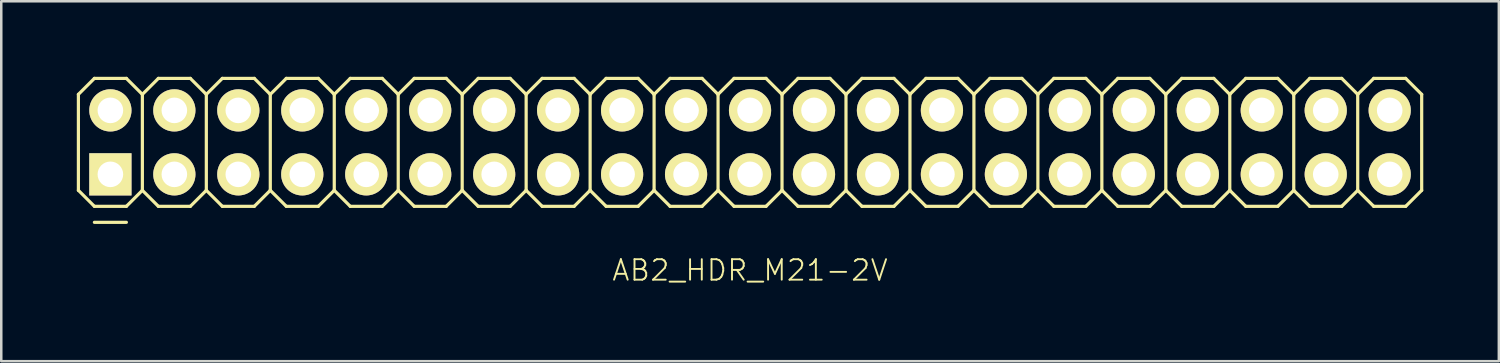
<source format=kicad_pcb>
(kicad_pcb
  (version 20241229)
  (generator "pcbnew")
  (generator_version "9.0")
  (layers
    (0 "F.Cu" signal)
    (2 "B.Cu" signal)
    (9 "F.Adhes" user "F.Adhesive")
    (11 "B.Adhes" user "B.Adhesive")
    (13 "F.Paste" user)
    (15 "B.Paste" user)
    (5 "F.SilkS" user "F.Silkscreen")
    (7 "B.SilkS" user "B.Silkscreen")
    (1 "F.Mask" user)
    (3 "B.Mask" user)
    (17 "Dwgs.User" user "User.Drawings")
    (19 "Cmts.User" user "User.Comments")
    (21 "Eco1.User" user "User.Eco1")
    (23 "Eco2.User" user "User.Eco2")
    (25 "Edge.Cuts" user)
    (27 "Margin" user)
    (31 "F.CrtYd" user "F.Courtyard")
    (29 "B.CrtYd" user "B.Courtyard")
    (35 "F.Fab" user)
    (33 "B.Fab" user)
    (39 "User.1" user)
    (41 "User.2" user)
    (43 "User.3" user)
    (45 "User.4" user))
  (footprint "AB2_HDR_M21-2V"
    (layer "F.Cu")
    (at 26.733 2.603)
    (property "Reference" "AB2_HDR_M21-2V" (at 0 5.08 0) (layer "F.SilkS") (effects (font (size 0.813 0.813) (thickness 0.076))))
    (attr through_hole)
    (fp_line (start -26.67 -1.905) (end -26.035 -2.54) (stroke (width 0.127) (type solid)) (layer "F.SilkS"))
    (fp_line (start -26.67 1.905) (end -26.67 -1.905) (stroke (width 0.127) (type solid)) (layer "F.SilkS"))
    (fp_line (start -26.035 -2.54) (end -24.765 -2.54) (stroke (width 0.127) (type solid)) (layer "F.SilkS"))
    (fp_line (start -26.035 2.54) (end -26.67 1.905) (stroke (width 0.127) (type solid)) (layer "F.SilkS"))
    (fp_line (start -26.035 3.175) (end -24.765 3.175) (stroke (width 0.127) (type solid)) (layer "F.SilkS"))
    (fp_line (start -24.765 -2.54) (end -24.13 -1.905) (stroke (width 0.127) (type solid)) (layer "F.SilkS"))
    (fp_line (start -24.765 2.54) (end -26.035 2.54) (stroke (width 0.127) (type solid)) (layer "F.SilkS"))
    (fp_line (start -24.13 -1.905) (end -24.13 1.905) (stroke (width 0.127) (type solid)) (layer "F.SilkS"))
    (fp_line (start -24.13 -1.905) (end -23.495 -2.54) (stroke (width 0.127) (type solid)) (layer "F.SilkS"))
    (fp_line (start -24.13 1.905) (end -24.765 2.54) (stroke (width 0.127) (type solid)) (layer "F.SilkS"))
    (fp_line (start -23.495 -2.54) (end -22.225 -2.54) (stroke (width 0.127) (type solid)) (layer "F.SilkS"))
    (fp_line (start -23.495 2.54) (end -24.13 1.905) (stroke (width 0.127) (type solid)) (layer "F.SilkS"))
    (fp_line (start -22.225 -2.54) (end -21.59 -1.905) (stroke (width 0.127) (type solid)) (layer "F.SilkS"))
    (fp_line (start -22.225 2.54) (end -23.495 2.54) (stroke (width 0.127) (type solid)) (layer "F.SilkS"))
    (fp_line (start -21.59 -1.905) (end -21.59 1.905) (stroke (width 0.127) (type solid)) (layer "F.SilkS"))
    (fp_line (start -21.59 -1.905) (end -20.955 -2.54) (stroke (width 0.127) (type solid)) (layer "F.SilkS"))
    (fp_line (start -21.59 1.905) (end -22.225 2.54) (stroke (width 0.127) (type solid)) (layer "F.SilkS"))
    (fp_line (start -20.955 -2.54) (end -19.685 -2.54) (stroke (width 0.127) (type solid)) (layer "F.SilkS"))
    (fp_line (start -20.955 2.54) (end -21.59 1.905) (stroke (width 0.127) (type solid)) (layer "F.SilkS"))
    (fp_line (start -19.685 -2.54) (end -19.05 -1.905) (stroke (width 0.127) (type solid)) (layer "F.SilkS"))
    (fp_line (start -19.685 2.54) (end -20.955 2.54) (stroke (width 0.127) (type solid)) (layer "F.SilkS"))
    (fp_line (start -19.05 -1.905) (end -19.05 1.905) (stroke (width 0.127) (type solid)) (layer "F.SilkS"))
    (fp_line (start -19.05 -1.905) (end -18.415 -2.54) (stroke (width 0.127) (type solid)) (layer "F.SilkS"))
    (fp_line (start -19.05 1.905) (end -19.685 2.54) (stroke (width 0.127) (type solid)) (layer "F.SilkS"))
    (fp_line (start -18.415 -2.54) (end -17.145 -2.54) (stroke (width 0.127) (type solid)) (layer "F.SilkS"))
    (fp_line (start -18.415 2.54) (end -19.05 1.905) (stroke (width 0.127) (type solid)) (layer "F.SilkS"))
    (fp_line (start -17.145 -2.54) (end -16.51 -1.905) (stroke (width 0.127) (type solid)) (layer "F.SilkS"))
    (fp_line (start -17.145 2.54) (end -18.415 2.54) (stroke (width 0.127) (type solid)) (layer "F.SilkS"))
    (fp_line (start -16.51 -1.905) (end -16.51 1.905) (stroke (width 0.127) (type solid)) (layer "F.SilkS"))
    (fp_line (start -16.51 -1.905) (end -15.875 -2.54) (stroke (width 0.127) (type solid)) (layer "F.SilkS"))
    (fp_line (start -16.51 1.905) (end -17.145 2.54) (stroke (width 0.127) (type solid)) (layer "F.SilkS"))
    (fp_line (start -15.875 -2.54) (end -14.605 -2.54) (stroke (width 0.127) (type solid)) (layer "F.SilkS"))
    (fp_line (start -15.875 2.54) (end -16.51 1.905) (stroke (width 0.127) (type solid)) (layer "F.SilkS"))
    (fp_line (start -14.605 -2.54) (end -13.97 -1.905) (stroke (width 0.127) (type solid)) (layer "F.SilkS"))
    (fp_line (start -14.605 2.54) (end -15.875 2.54) (stroke (width 0.127) (type solid)) (layer "F.SilkS"))
    (fp_line (start -13.97 -1.905) (end -13.97 1.905) (stroke (width 0.127) (type solid)) (layer "F.SilkS"))
    (fp_line (start -13.97 -1.905) (end -13.335 -2.54) (stroke (width 0.127) (type solid)) (layer "F.SilkS"))
    (fp_line (start -13.97 1.905) (end -14.605 2.54) (stroke (width 0.127) (type solid)) (layer "F.SilkS"))
    (fp_line (start -13.335 -2.54) (end -12.065 -2.54) (stroke (width 0.127) (type solid)) (layer "F.SilkS"))
    (fp_line (start -13.335 2.54) (end -13.97 1.905) (stroke (width 0.127) (type solid)) (layer "F.SilkS"))
    (fp_line (start -12.065 -2.54) (end -11.43 -1.905) (stroke (width 0.127) (type solid)) (layer "F.SilkS"))
    (fp_line (start -12.065 2.54) (end -13.335 2.54) (stroke (width 0.127) (type solid)) (layer "F.SilkS"))
    (fp_line (start -11.43 -1.905) (end -11.43 1.905) (stroke (width 0.127) (type solid)) (layer "F.SilkS"))
    (fp_line (start -11.43 -1.905) (end -10.795 -2.54) (stroke (width 0.127) (type solid)) (layer "F.SilkS"))
    (fp_line (start -11.43 1.905) (end -12.065 2.54) (stroke (width 0.127) (type solid)) (layer "F.SilkS"))
    (fp_line (start -10.795 -2.54) (end -9.525 -2.54) (stroke (width 0.127) (type solid)) (layer "F.SilkS"))
    (fp_line (start -10.795 2.54) (end -11.43 1.905) (stroke (width 0.127) (type solid)) (layer "F.SilkS"))
    (fp_line (start -9.525 -2.54) (end -8.89 -1.905) (stroke (width 0.127) (type solid)) (layer "F.SilkS"))
    (fp_line (start -9.525 2.54) (end -10.795 2.54) (stroke (width 0.127) (type solid)) (layer "F.SilkS"))
    (fp_line (start -8.89 -1.905) (end -8.89 1.905) (stroke (width 0.127) (type solid)) (layer "F.SilkS"))
    (fp_line (start -8.89 -1.905) (end -8.255 -2.54) (stroke (width 0.127) (type solid)) (layer "F.SilkS"))
    (fp_line (start -8.89 1.905) (end -9.525 2.54) (stroke (width 0.127) (type solid)) (layer "F.SilkS"))
    (fp_line (start -8.255 -2.54) (end -6.985 -2.54) (stroke (width 0.127) (type solid)) (layer "F.SilkS"))
    (fp_line (start -8.255 2.54) (end -8.89 1.905) (stroke (width 0.127) (type solid)) (layer "F.SilkS"))
    (fp_line (start -6.985 -2.54) (end -6.35 -1.905) (stroke (width 0.127) (type solid)) (layer "F.SilkS"))
    (fp_line (start -6.985 2.54) (end -8.255 2.54) (stroke (width 0.127) (type solid)) (layer "F.SilkS"))
    (fp_line (start -6.35 -1.905) (end -6.35 1.905) (stroke (width 0.127) (type solid)) (layer "F.SilkS"))
    (fp_line (start -6.35 -1.905) (end -5.715 -2.54) (stroke (width 0.127) (type solid)) (layer "F.SilkS"))
    (fp_line (start -6.35 1.905) (end -6.985 2.54) (stroke (width 0.127) (type solid)) (layer "F.SilkS"))
    (fp_line (start -5.715 -2.54) (end -4.445 -2.54) (stroke (width 0.127) (type solid)) (layer "F.SilkS"))
    (fp_line (start -5.715 2.54) (end -6.35 1.905) (stroke (width 0.127) (type solid)) (layer "F.SilkS"))
    (fp_line (start -4.445 -2.54) (end -3.81 -1.905) (stroke (width 0.127) (type solid)) (layer "F.SilkS"))
    (fp_line (start -4.445 2.54) (end -5.715 2.54) (stroke (width 0.127) (type solid)) (layer "F.SilkS"))
    (fp_line (start -3.81 -1.905) (end -3.81 1.905) (stroke (width 0.127) (type solid)) (layer "F.SilkS"))
    (fp_line (start -3.81 -1.905) (end -3.175 -2.54) (stroke (width 0.127) (type solid)) (layer "F.SilkS"))
    (fp_line (start -3.81 1.905) (end -4.445 2.54) (stroke (width 0.127) (type solid)) (layer "F.SilkS"))
    (fp_line (start -3.175 -2.54) (end -1.905 -2.54) (stroke (width 0.127) (type solid)) (layer "F.SilkS"))
    (fp_line (start -3.175 2.54) (end -3.81 1.905) (stroke (width 0.127) (type solid)) (layer "F.SilkS"))
    (fp_line (start -1.905 -2.54) (end -1.27 -1.905) (stroke (width 0.127) (type solid)) (layer "F.SilkS"))
    (fp_line (start -1.905 2.54) (end -3.175 2.54) (stroke (width 0.127) (type solid)) (layer "F.SilkS"))
    (fp_line (start -1.27 -1.905) (end -1.27 1.905) (stroke (width 0.127) (type solid)) (layer "F.SilkS"))
    (fp_line (start -1.27 -1.905) (end -0.635 -2.54) (stroke (width 0.127) (type solid)) (layer "F.SilkS"))
    (fp_line (start -1.27 1.905) (end -1.905 2.54) (stroke (width 0.127) (type solid)) (layer "F.SilkS"))
    (fp_line (start -0.635 -2.54) (end 0.635 -2.54) (stroke (width 0.127) (type solid)) (layer "F.SilkS"))
    (fp_line (start -0.635 2.54) (end -1.27 1.905) (stroke (width 0.127) (type solid)) (layer "F.SilkS"))
    (fp_line (start 0.635 -2.54) (end 1.27 -1.905) (stroke (width 0.127) (type solid)) (layer "F.SilkS"))
    (fp_line (start 0.635 2.54) (end -0.635 2.54) (stroke (width 0.127) (type solid)) (layer "F.SilkS"))
    (fp_line (start 1.27 -1.905) (end 1.27 1.905) (stroke (width 0.127) (type solid)) (layer "F.SilkS"))
    (fp_line (start 1.27 -1.905) (end 1.905 -2.54) (stroke (width 0.127) (type solid)) (layer "F.SilkS"))
    (fp_line (start 1.27 1.905) (end 0.635 2.54) (stroke (width 0.127) (type solid)) (layer "F.SilkS"))
    (fp_line (start 1.905 -2.54) (end 3.175 -2.54) (stroke (width 0.127) (type solid)) (layer "F.SilkS"))
    (fp_line (start 1.905 2.54) (end 1.27 1.905) (stroke (width 0.127) (type solid)) (layer "F.SilkS"))
    (fp_line (start 3.175 -2.54) (end 3.81 -1.905) (stroke (width 0.127) (type solid)) (layer "F.SilkS"))
    (fp_line (start 3.175 2.54) (end 1.905 2.54) (stroke (width 0.127) (type solid)) (layer "F.SilkS"))
    (fp_line (start 3.81 -1.905) (end 3.81 1.905) (stroke (width 0.127) (type solid)) (layer "F.SilkS"))
    (fp_line (start 3.81 -1.905) (end 4.445 -2.54) (stroke (width 0.127) (type solid)) (layer "F.SilkS"))
    (fp_line (start 3.81 1.905) (end 3.175 2.54) (stroke (width 0.127) (type solid)) (layer "F.SilkS"))
    (fp_line (start 4.445 -2.54) (end 5.715 -2.54) (stroke (width 0.127) (type solid)) (layer "F.SilkS"))
    (fp_line (start 4.445 2.54) (end 3.81 1.905) (stroke (width 0.127) (type solid)) (layer "F.SilkS"))
    (fp_line (start 5.715 -2.54) (end 6.35 -1.905) (stroke (width 0.127) (type solid)) (layer "F.SilkS"))
    (fp_line (start 5.715 2.54) (end 4.445 2.54) (stroke (width 0.127) (type solid)) (layer "F.SilkS"))
    (fp_line (start 6.35 -1.905) (end 6.35 1.905) (stroke (width 0.127) (type solid)) (layer "F.SilkS"))
    (fp_line (start 6.35 -1.905) (end 6.985 -2.54) (stroke (width 0.127) (type solid)) (layer "F.SilkS"))
    (fp_line (start 6.35 1.905) (end 5.715 2.54) (stroke (width 0.127) (type solid)) (layer "F.SilkS"))
    (fp_line (start 6.985 -2.54) (end 8.255 -2.54) (stroke (width 0.127) (type solid)) (layer "F.SilkS"))
    (fp_line (start 6.985 2.54) (end 6.35 1.905) (stroke (width 0.127) (type solid)) (layer "F.SilkS"))
    (fp_line (start 8.255 -2.54) (end 8.89 -1.905) (stroke (width 0.127) (type solid)) (layer "F.SilkS"))
    (fp_line (start 8.255 2.54) (end 6.985 2.54) (stroke (width 0.127) (type solid)) (layer "F.SilkS"))
    (fp_line (start 8.89 -1.905) (end 8.89 1.905) (stroke (width 0.127) (type solid)) (layer "F.SilkS"))
    (fp_line (start 8.89 -1.905) (end 9.525 -2.54) (stroke (width 0.127) (type solid)) (layer "F.SilkS"))
    (fp_line (start 8.89 1.905) (end 8.255 2.54) (stroke (width 0.127) (type solid)) (layer "F.SilkS"))
    (fp_line (start 9.525 -2.54) (end 10.795 -2.54) (stroke (width 0.127) (type solid)) (layer "F.SilkS"))
    (fp_line (start 9.525 2.54) (end 8.89 1.905) (stroke (width 0.127) (type solid)) (layer "F.SilkS"))
    (fp_line (start 10.795 -2.54) (end 11.43 -1.905) (stroke (width 0.127) (type solid)) (layer "F.SilkS"))
    (fp_line (start 10.795 2.54) (end 9.525 2.54) (stroke (width 0.127) (type solid)) (layer "F.SilkS"))
    (fp_line (start 11.43 -1.905) (end 11.43 1.905) (stroke (width 0.127) (type solid)) (layer "F.SilkS"))
    (fp_line (start 11.43 -1.905) (end 12.065 -2.54) (stroke (width 0.127) (type solid)) (layer "F.SilkS"))
    (fp_line (start 11.43 1.905) (end 10.795 2.54) (stroke (width 0.127) (type solid)) (layer "F.SilkS"))
    (fp_line (start 12.065 -2.54) (end 13.335 -2.54) (stroke (width 0.127) (type solid)) (layer "F.SilkS"))
    (fp_line (start 12.065 2.54) (end 11.43 1.905) (stroke (width 0.127) (type solid)) (layer "F.SilkS"))
    (fp_line (start 13.335 -2.54) (end 13.97 -1.905) (stroke (width 0.127) (type solid)) (layer "F.SilkS"))
    (fp_line (start 13.335 2.54) (end 12.065 2.54) (stroke (width 0.127) (type solid)) (layer "F.SilkS"))
    (fp_line (start 13.97 -1.905) (end 13.97 1.905) (stroke (width 0.127) (type solid)) (layer "F.SilkS"))
    (fp_line (start 13.97 -1.905) (end 14.605 -2.54) (stroke (width 0.127) (type solid)) (layer "F.SilkS"))
    (fp_line (start 13.97 1.905) (end 13.335 2.54) (stroke (width 0.127) (type solid)) (layer "F.SilkS"))
    (fp_line (start 14.605 -2.54) (end 15.875 -2.54) (stroke (width 0.127) (type solid)) (layer "F.SilkS"))
    (fp_line (start 14.605 2.54) (end 13.97 1.905) (stroke (width 0.127) (type solid)) (layer "F.SilkS"))
    (fp_line (start 15.875 -2.54) (end 16.51 -1.905) (stroke (width 0.127) (type solid)) (layer "F.SilkS"))
    (fp_line (start 15.875 2.54) (end 14.605 2.54) (stroke (width 0.127) (type solid)) (layer "F.SilkS"))
    (fp_line (start 16.51 -1.905) (end 16.51 1.905) (stroke (width 0.127) (type solid)) (layer "F.SilkS"))
    (fp_line (start 16.51 -1.905) (end 17.145 -2.54) (stroke (width 0.127) (type solid)) (layer "F.SilkS"))
    (fp_line (start 16.51 1.905) (end 15.875 2.54) (stroke (width 0.127) (type solid)) (layer "F.SilkS"))
    (fp_line (start 17.145 -2.54) (end 18.415 -2.54) (stroke (width 0.127) (type solid)) (layer "F.SilkS"))
    (fp_line (start 17.145 2.54) (end 16.51 1.905) (stroke (width 0.127) (type solid)) (layer "F.SilkS"))
    (fp_line (start 18.415 -2.54) (end 19.05 -1.905) (stroke (width 0.127) (type solid)) (layer "F.SilkS"))
    (fp_line (start 18.415 2.54) (end 17.145 2.54) (stroke (width 0.127) (type solid)) (layer "F.SilkS"))
    (fp_line (start 19.05 -1.905) (end 19.05 1.905) (stroke (width 0.127) (type solid)) (layer "F.SilkS"))
    (fp_line (start 19.05 -1.905) (end 19.685 -2.54) (stroke (width 0.127) (type solid)) (layer "F.SilkS"))
    (fp_line (start 19.05 1.905) (end 18.415 2.54) (stroke (width 0.127) (type solid)) (layer "F.SilkS"))
    (fp_line (start 19.685 -2.54) (end 20.955 -2.54) (stroke (width 0.127) (type solid)) (layer "F.SilkS"))
    (fp_line (start 19.685 2.54) (end 19.05 1.905) (stroke (width 0.127) (type solid)) (layer "F.SilkS"))
    (fp_line (start 20.955 -2.54) (end 21.59 -1.905) (stroke (width 0.127) (type solid)) (layer "F.SilkS"))
    (fp_line (start 20.955 2.54) (end 19.685 2.54) (stroke (width 0.127) (type solid)) (layer "F.SilkS"))
    (fp_line (start 21.59 -1.905) (end 21.59 1.905) (stroke (width 0.127) (type solid)) (layer "F.SilkS"))
    (fp_line (start 21.59 -1.905) (end 22.225 -2.54) (stroke (width 0.127) (type solid)) (layer "F.SilkS"))
    (fp_line (start 21.59 1.905) (end 20.955 2.54) (stroke (width 0.127) (type solid)) (layer "F.SilkS"))
    (fp_line (start 22.225 -2.54) (end 23.495 -2.54) (stroke (width 0.127) (type solid)) (layer "F.SilkS"))
    (fp_line (start 22.225 2.54) (end 21.59 1.905) (stroke (width 0.127) (type solid)) (layer "F.SilkS"))
    (fp_line (start 23.495 -2.54) (end 24.13 -1.905) (stroke (width 0.127) (type solid)) (layer "F.SilkS"))
    (fp_line (start 23.495 2.54) (end 22.225 2.54) (stroke (width 0.127) (type solid)) (layer "F.SilkS"))
    (fp_line (start 24.13 -1.905) (end 24.13 1.905) (stroke (width 0.127) (type solid)) (layer "F.SilkS"))
    (fp_line (start 24.13 -1.905) (end 24.765 -2.54) (stroke (width 0.127) (type solid)) (layer "F.SilkS"))
    (fp_line (start 24.13 1.905) (end 23.495 2.54) (stroke (width 0.127) (type solid)) (layer "F.SilkS"))
    (fp_line (start 24.765 -2.54) (end 26.035 -2.54) (stroke (width 0.127) (type solid)) (layer "F.SilkS"))
    (fp_line (start 24.765 2.54) (end 24.13 1.905) (stroke (width 0.127) (type solid)) (layer "F.SilkS"))
    (fp_line (start 26.035 -2.54) (end 26.67 -1.905) (stroke (width 0.127) (type solid)) (layer "F.SilkS"))
    (fp_line (start 26.035 2.54) (end 24.765 2.54) (stroke (width 0.127) (type solid)) (layer "F.SilkS"))
    (fp_line (start 26.67 -1.905) (end 26.67 1.905) (stroke (width 0.127) (type solid)) (layer "F.SilkS"))
    (fp_line (start 26.67 1.905) (end 26.035 2.54) (stroke (width 0.127) (type solid)) (layer "F.SilkS"))
    (pad "1" thru_hole rect (at -25.4 1.27) (size 1.676 1.676) (drill 1.016) (layers "*.Cu" "*.Mask" "F.SilkS"))
    (pad "2" thru_hole circle (at -25.4 -1.27) (size 1.676 1.676) (drill 1.016) (layers "*.Cu" "*.Mask" "F.SilkS"))
    (pad "3" thru_hole circle (at -22.86 1.27) (size 1.676 1.676) (drill 1.016) (layers "*.Cu" "*.Mask" "F.SilkS"))
    (pad "4" thru_hole circle (at -22.86 -1.27) (size 1.676 1.676) (drill 1.016) (layers "*.Cu" "*.Mask" "F.SilkS"))
    (pad "5" thru_hole circle (at -20.32 1.27) (size 1.676 1.676) (drill 1.016) (layers "*.Cu" "*.Mask" "F.SilkS"))
    (pad "6" thru_hole circle (at -20.32 -1.27) (size 1.676 1.676) (drill 1.016) (layers "*.Cu" "*.Mask" "F.SilkS"))
    (pad "7" thru_hole circle (at -17.78 1.27) (size 1.676 1.676) (drill 1.016) (layers "*.Cu" "*.Mask" "F.SilkS"))
    (pad "8" thru_hole circle (at -17.78 -1.27) (size 1.676 1.676) (drill 1.016) (layers "*.Cu" "*.Mask" "F.SilkS"))
    (pad "9" thru_hole circle (at -15.24 1.27) (size 1.676 1.676) (drill 1.016) (layers "*.Cu" "*.Mask" "F.SilkS"))
    (pad "10" thru_hole circle (at -15.24 -1.27) (size 1.676 1.676) (drill 1.016) (layers "*.Cu" "*.Mask" "F.SilkS"))
    (pad "11" thru_hole circle (at -12.7 1.27) (size 1.676 1.676) (drill 1.016) (layers "*.Cu" "*.Mask" "F.SilkS"))
    (pad "12" thru_hole circle (at -12.7 -1.27) (size 1.676 1.676) (drill 1.016) (layers "*.Cu" "*.Mask" "F.SilkS"))
    (pad "13" thru_hole circle (at -10.16 1.27) (size 1.676 1.676) (drill 1.016) (layers "*.Cu" "*.Mask" "F.SilkS"))
    (pad "14" thru_hole circle (at -10.16 -1.27) (size 1.676 1.676) (drill 1.016) (layers "*.Cu" "*.Mask" "F.SilkS"))
    (pad "15" thru_hole circle (at -7.62 1.27) (size 1.676 1.676) (drill 1.016) (layers "*.Cu" "*.Mask" "F.SilkS"))
    (pad "16" thru_hole circle (at -7.62 -1.27) (size 1.676 1.676) (drill 1.016) (layers "*.Cu" "*.Mask" "F.SilkS"))
    (pad "17" thru_hole circle (at -5.08 1.27) (size 1.676 1.676) (drill 1.016) (layers "*.Cu" "*.Mask" "F.SilkS"))
    (pad "18" thru_hole circle (at -5.08 -1.27) (size 1.676 1.676) (drill 1.016) (layers "*.Cu" "*.Mask" "F.SilkS"))
    (pad "19" thru_hole circle (at -2.54 1.27) (size 1.676 1.676) (drill 1.016) (layers "*.Cu" "*.Mask" "F.SilkS"))
    (pad "20" thru_hole circle (at -2.54 -1.27) (size 1.676 1.676) (drill 1.016) (layers "*.Cu" "*.Mask" "F.SilkS"))
    (pad "21" thru_hole circle (at 0 1.27) (size 1.676 1.676) (drill 1.016) (layers "*.Cu" "*.Mask" "F.SilkS"))
    (pad "22" thru_hole circle (at 0 -1.27) (size 1.676 1.676) (drill 1.016) (layers "*.Cu" "*.Mask" "F.SilkS"))
    (pad "23" thru_hole circle (at 2.54 1.27) (size 1.676 1.676) (drill 1.016) (layers "*.Cu" "*.Mask" "F.SilkS"))
    (pad "24" thru_hole circle (at 2.54 -1.27) (size 1.676 1.676) (drill 1.016) (layers "*.Cu" "*.Mask" "F.SilkS"))
    (pad "25" thru_hole circle (at 5.08 1.27) (size 1.676 1.676) (drill 1.016) (layers "*.Cu" "*.Mask" "F.SilkS"))
    (pad "26" thru_hole circle (at 5.08 -1.27) (size 1.676 1.676) (drill 1.016) (layers "*.Cu" "*.Mask" "F.SilkS"))
    (pad "27" thru_hole circle (at 7.62 1.27) (size 1.676 1.676) (drill 1.016) (layers "*.Cu" "*.Mask" "F.SilkS"))
    (pad "28" thru_hole circle (at 7.62 -1.27) (size 1.676 1.676) (drill 1.016) (layers "*.Cu" "*.Mask" "F.SilkS"))
    (pad "29" thru_hole circle (at 10.16 1.27) (size 1.676 1.676) (drill 1.016) (layers "*.Cu" "*.Mask" "F.SilkS"))
    (pad "30" thru_hole circle (at 10.16 -1.27) (size 1.676 1.676) (drill 1.016) (layers "*.Cu" "*.Mask" "F.SilkS"))
    (pad "31" thru_hole circle (at 12.7 1.27) (size 1.676 1.676) (drill 1.016) (layers "*.Cu" "*.Mask" "F.SilkS"))
    (pad "32" thru_hole circle (at 12.7 -1.27) (size 1.676 1.676) (drill 1.016) (layers "*.Cu" "*.Mask" "F.SilkS"))
    (pad "33" thru_hole circle (at 15.24 1.27) (size 1.676 1.676) (drill 1.016) (layers "*.Cu" "*.Mask" "F.SilkS"))
    (pad "34" thru_hole circle (at 15.24 -1.27) (size 1.676 1.676) (drill 1.016) (layers "*.Cu" "*.Mask" "F.SilkS"))
    (pad "35" thru_hole circle (at 17.78 1.27) (size 1.676 1.676) (drill 1.016) (layers "*.Cu" "*.Mask" "F.SilkS"))
    (pad "36" thru_hole circle (at 17.78 -1.27) (size 1.676 1.676) (drill 1.016) (layers "*.Cu" "*.Mask" "F.SilkS"))
    (pad "37" thru_hole circle (at 20.32 1.27) (size 1.676 1.676) (drill 1.016) (layers "*.Cu" "*.Mask" "F.SilkS"))
    (pad "38" thru_hole circle (at 20.32 -1.27) (size 1.676 1.676) (drill 1.016) (layers "*.Cu" "*.Mask" "F.SilkS"))
    (pad "39" thru_hole circle (at 22.86 1.27) (size 1.676 1.676) (drill 1.016) (layers "*.Cu" "*.Mask" "F.SilkS"))
    (pad "40" thru_hole circle (at 22.86 -1.27) (size 1.676 1.676) (drill 1.016) (layers "*.Cu" "*.Mask" "F.SilkS"))
    (pad "41" thru_hole circle (at 25.4 1.27) (size 1.676 1.676) (drill 1.016) (layers "*.Cu" "*.Mask" "F.SilkS"))
    (pad "42" thru_hole circle (at 25.4 -1.27) (size 1.676 1.676) (drill 1.016) (layers "*.Cu" "*.Mask" "F.SilkS")))
  (gr_rect
    (start -3 -3)
    (end 56.467 11.293)
    (stroke (width 0.1) (type default))
    (fill no)
    (layer "Edge.Cuts")))
</source>
